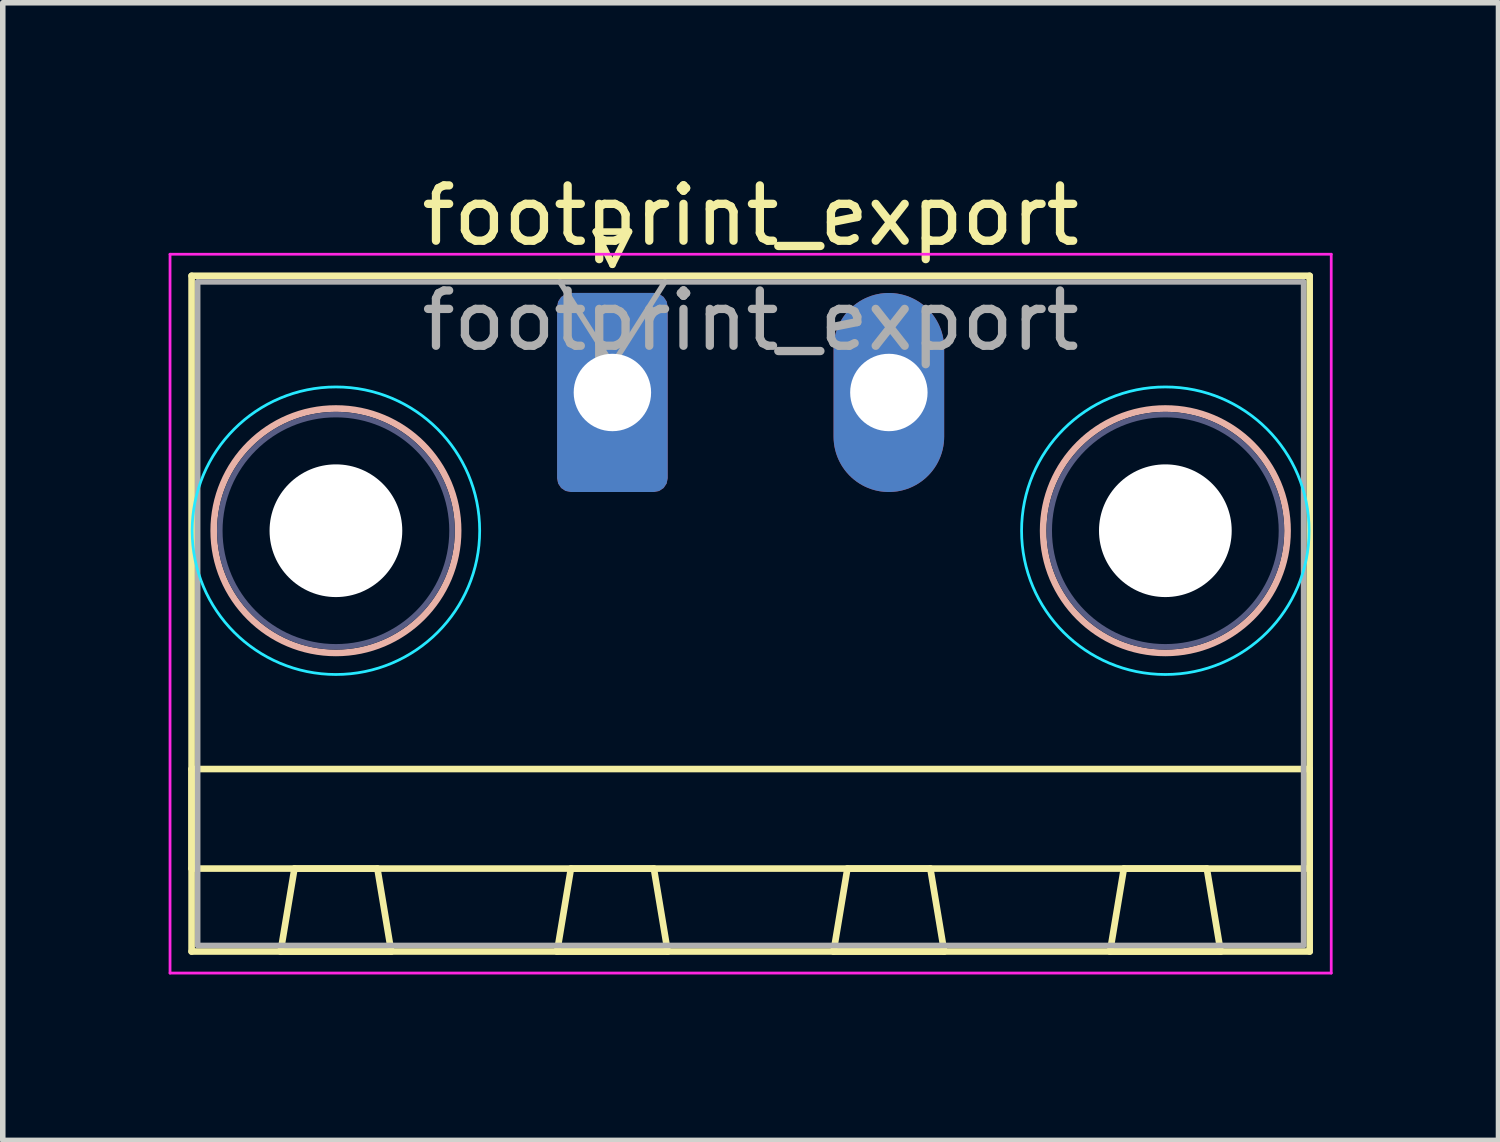
<source format=kicad_pcb>
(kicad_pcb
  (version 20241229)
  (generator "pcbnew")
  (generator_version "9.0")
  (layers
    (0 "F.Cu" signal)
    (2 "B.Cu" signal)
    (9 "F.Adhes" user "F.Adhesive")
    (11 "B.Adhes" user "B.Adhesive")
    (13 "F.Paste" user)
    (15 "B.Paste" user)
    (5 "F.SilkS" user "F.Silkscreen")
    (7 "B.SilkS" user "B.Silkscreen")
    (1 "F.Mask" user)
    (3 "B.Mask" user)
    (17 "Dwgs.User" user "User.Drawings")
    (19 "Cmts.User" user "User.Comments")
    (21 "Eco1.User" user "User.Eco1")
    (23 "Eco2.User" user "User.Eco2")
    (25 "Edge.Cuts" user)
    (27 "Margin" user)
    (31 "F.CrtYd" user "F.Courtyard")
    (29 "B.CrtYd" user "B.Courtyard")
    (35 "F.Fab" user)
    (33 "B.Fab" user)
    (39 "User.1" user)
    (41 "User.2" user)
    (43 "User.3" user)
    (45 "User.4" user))
  (footprint "footprint_export"
    (layer "F.Cu")
    (at 8.025 4.048)
    (property "Reference" "footprint_export" (at 2.5 -3.2 0) (layer "F.SilkS") (effects (font (size 1 1) (thickness 0.15))))
    (attr through_hole)
    (fp_line (start -7.61 -2.11) (end -7.61 10.11) (stroke (width 0.12) (type solid)) (layer "F.SilkS"))
    (fp_line (start -7.61 6.81) (end 12.61 6.81) (stroke (width 0.12) (type solid)) (layer "F.SilkS"))
    (fp_line (start -7.61 8.61) (end -7.61 6.81) (stroke (width 0.12) (type solid)) (layer "F.SilkS"))
    (fp_line (start -7.61 10.11) (end 12.61 10.11) (stroke (width 0.12) (type solid)) (layer "F.SilkS"))
    (fp_line (start -6 10.11) (end -4 10.11) (stroke (width 0.12) (type solid)) (layer "F.SilkS"))
    (fp_line (start -5.75 8.61) (end -6 10.11) (stroke (width 0.12) (type solid)) (layer "F.SilkS"))
    (fp_line (start -4.25 8.61) (end -5.75 8.61) (stroke (width 0.12) (type solid)) (layer "F.SilkS"))
    (fp_line (start -4 10.11) (end -4.25 8.61) (stroke (width 0.12) (type solid)) (layer "F.SilkS"))
    (fp_line (start -1 10.11) (end 1 10.11) (stroke (width 0.12) (type solid)) (layer "F.SilkS"))
    (fp_line (start -0.75 8.61) (end -1 10.11) (stroke (width 0.12) (type solid)) (layer "F.SilkS"))
    (fp_line (start -0.3 -2.91) (end 0.3 -2.91) (stroke (width 0.12) (type solid)) (layer "F.SilkS"))
    (fp_line (start 0 -2.31) (end -0.3 -2.91) (stroke (width 0.12) (type solid)) (layer "F.SilkS"))
    (fp_line (start 0.3 -2.91) (end 0 -2.31) (stroke (width 0.12) (type solid)) (layer "F.SilkS"))
    (fp_line (start 0.75 8.61) (end -0.75 8.61) (stroke (width 0.12) (type solid)) (layer "F.SilkS"))
    (fp_line (start 1 10.11) (end 0.75 8.61) (stroke (width 0.12) (type solid)) (layer "F.SilkS"))
    (fp_line (start 4 10.11) (end 6 10.11) (stroke (width 0.12) (type solid)) (layer "F.SilkS"))
    (fp_line (start 4.25 8.61) (end 4 10.11) (stroke (width 0.12) (type solid)) (layer "F.SilkS"))
    (fp_line (start 5.75 8.61) (end 4.25 8.61) (stroke (width 0.12) (type solid)) (layer "F.SilkS"))
    (fp_line (start 6 10.11) (end 5.75 8.61) (stroke (width 0.12) (type solid)) (layer "F.SilkS"))
    (fp_line (start 9 10.11) (end 11 10.11) (stroke (width 0.12) (type solid)) (layer "F.SilkS"))
    (fp_line (start 9.25 8.61) (end 9 10.11) (stroke (width 0.12) (type solid)) (layer "F.SilkS"))
    (fp_line (start 10.75 8.61) (end 9.25 8.61) (stroke (width 0.12) (type solid)) (layer "F.SilkS"))
    (fp_line (start 11 10.11) (end 10.75 8.61) (stroke (width 0.12) (type solid)) (layer "F.SilkS"))
    (fp_line (start 12.61 -2.11) (end -7.61 -2.11) (stroke (width 0.12) (type solid)) (layer "F.SilkS"))
    (fp_line (start 12.61 6.81) (end 12.61 8.61) (stroke (width 0.12) (type solid)) (layer "F.SilkS"))
    (fp_line (start 12.61 8.61) (end -7.61 8.61) (stroke (width 0.12) (type solid)) (layer "F.SilkS"))
    (fp_line (start 12.61 10.11) (end 12.61 -2.11) (stroke (width 0.12) (type solid)) (layer "F.SilkS"))
    (fp_circle (center -5 2.5) (end -2.79 2.5) (stroke (width 0.12) (type solid)) (fill no) (layer "B.SilkS"))
    (fp_circle (center 10 2.5) (end 12.21 2.5) (stroke (width 0.12) (type solid)) (fill no) (layer "B.SilkS"))
    (fp_circle (center -5 2.5) (end -2.4 2.5) (stroke (width 0.05) (type solid)) (fill no) (layer "B.CrtYd"))
    (fp_circle (center 10 2.5) (end 12.6 2.5) (stroke (width 0.05) (type solid)) (fill no) (layer "B.CrtYd"))
    (fp_line (start -8 -2.5) (end -8 10.5) (stroke (width 0.05) (type solid)) (layer "F.CrtYd"))
    (fp_line (start -8 10.5) (end 13 10.5) (stroke (width 0.05) (type solid)) (layer "F.CrtYd"))
    (fp_line (start 13 -2.5) (end -8 -2.5) (stroke (width 0.05) (type solid)) (layer "F.CrtYd"))
    (fp_line (start 13 10.5) (end 13 -2.5) (stroke (width 0.05) (type solid)) (layer "F.CrtYd"))
    (fp_circle (center -5 2.5) (end -2.9 2.5) (stroke (width 0.1) (type solid)) (fill no) (layer "B.Fab"))
    (fp_circle (center 10 2.5) (end 12.1 2.5) (stroke (width 0.1) (type solid)) (fill no) (layer "B.Fab"))
    (fp_line (start -7.5 -2) (end -7.5 10) (stroke (width 0.1) (type solid)) (layer "F.Fab"))
    (fp_line (start -7.5 10) (end 12.5 10) (stroke (width 0.1) (type solid)) (layer "F.Fab"))
    (fp_line (start 0 -0.5) (end -0.95 -2) (stroke (width 0.1) (type solid)) (layer "F.Fab"))
    (fp_line (start 0.95 -2) (end 0 -0.5) (stroke (width 0.1) (type solid)) (layer "F.Fab"))
    (fp_line (start 12.5 -2) (end -7.5 -2) (stroke (width 0.1) (type solid)) (layer "F.Fab"))
    (fp_line (start 12.5 10) (end 12.5 -2) (stroke (width 0.1) (type solid)) (layer "F.Fab"))
    (fp_text user "${REFERENCE}" (at 2.5 -1.3 0) (layer "F.Fab") (effects (font (size 1 1) (thickness 0.15))))
    (pad "" np_thru_hole circle (at -5 2.5) (size 2.4 2.4) (drill 2.4) (layers "*.Cu" "*.Mask"))
    (pad "" np_thru_hole circle (at 10 2.5) (size 2.4 2.4) (drill 2.4) (layers "*.Cu" "*.Mask"))
    (pad "1" thru_hole roundrect (at 0 0) (size 2 3.6) (drill 1.4) (layers "*.Cu" "*.Mask") (roundrect_rratio 0.125))
    (pad "2" thru_hole oval (at 5 0) (size 2 3.6) (drill 1.4) (layers "*.Cu" "*.Mask")))
  (gr_rect
    (start -3 -3)
    (end 24.05 17.573)
    (stroke (width 0.1) (type default))
    (fill no)
    (layer "Edge.Cuts")))
</source>
